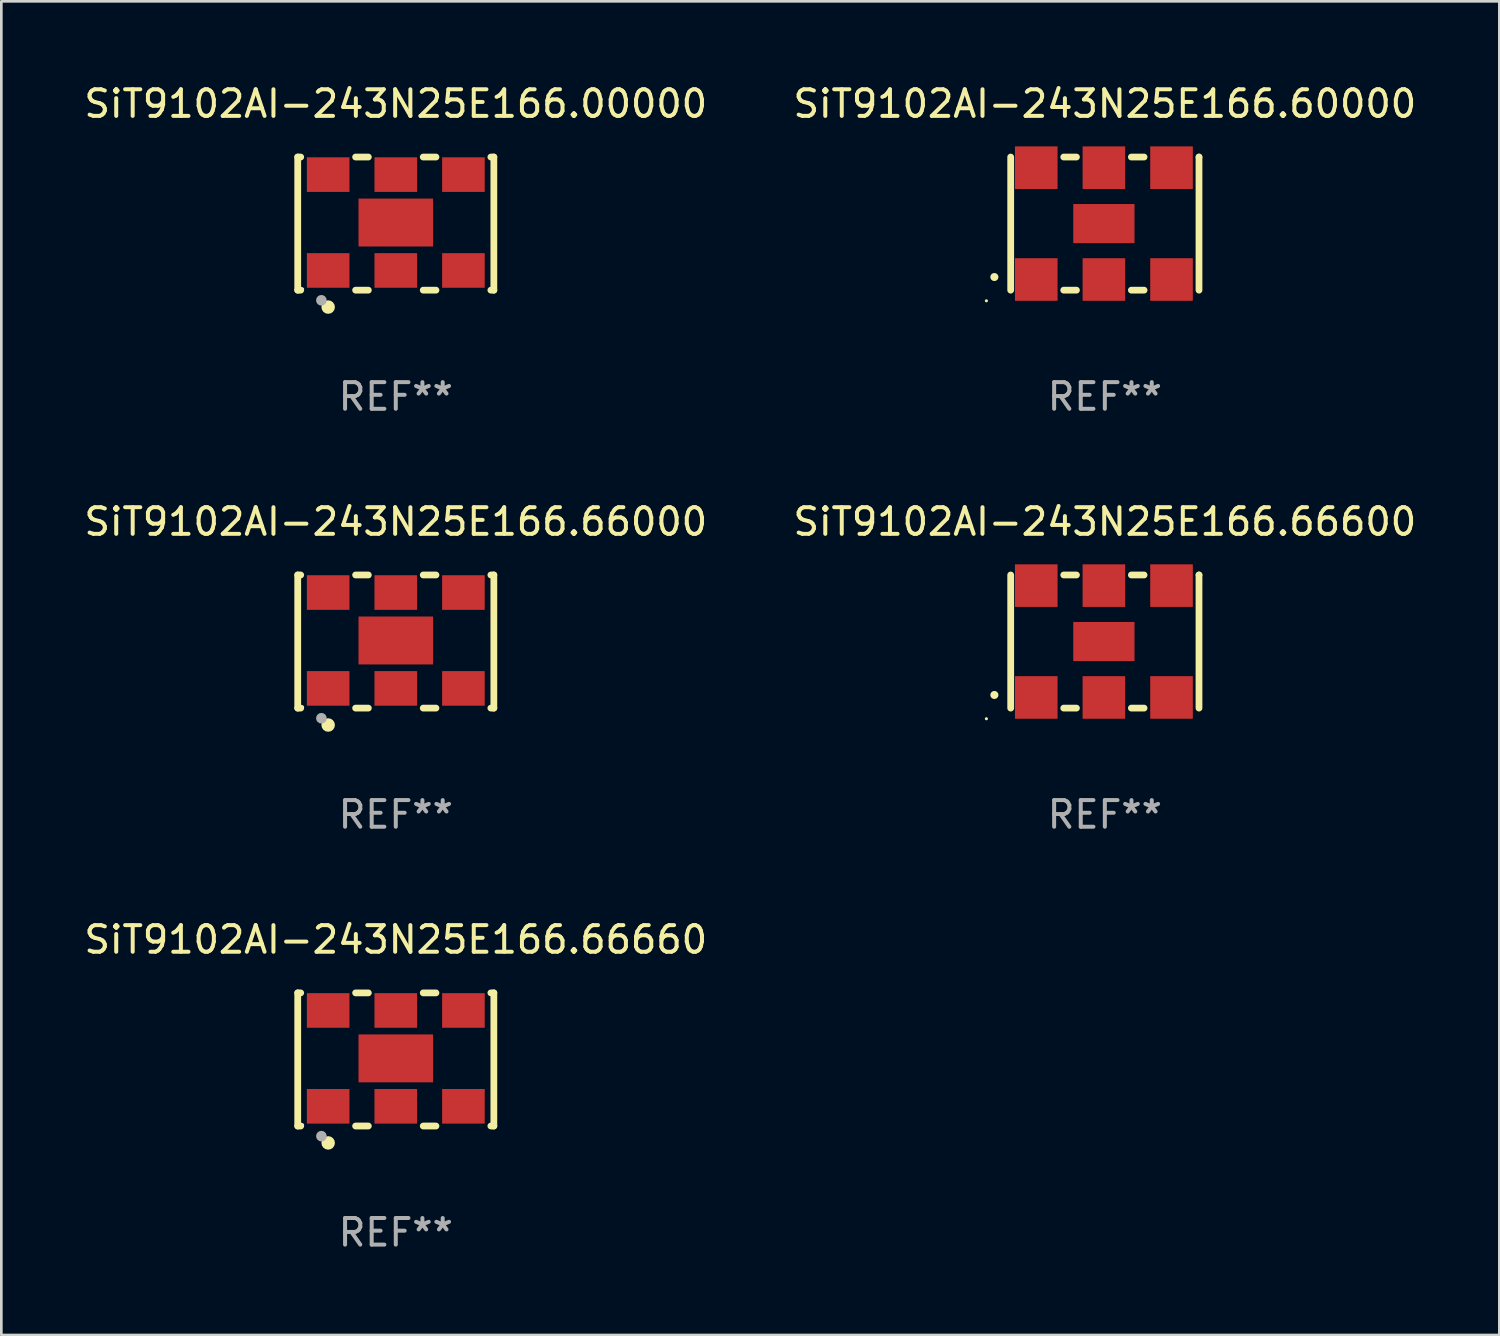
<source format=kicad_pcb>
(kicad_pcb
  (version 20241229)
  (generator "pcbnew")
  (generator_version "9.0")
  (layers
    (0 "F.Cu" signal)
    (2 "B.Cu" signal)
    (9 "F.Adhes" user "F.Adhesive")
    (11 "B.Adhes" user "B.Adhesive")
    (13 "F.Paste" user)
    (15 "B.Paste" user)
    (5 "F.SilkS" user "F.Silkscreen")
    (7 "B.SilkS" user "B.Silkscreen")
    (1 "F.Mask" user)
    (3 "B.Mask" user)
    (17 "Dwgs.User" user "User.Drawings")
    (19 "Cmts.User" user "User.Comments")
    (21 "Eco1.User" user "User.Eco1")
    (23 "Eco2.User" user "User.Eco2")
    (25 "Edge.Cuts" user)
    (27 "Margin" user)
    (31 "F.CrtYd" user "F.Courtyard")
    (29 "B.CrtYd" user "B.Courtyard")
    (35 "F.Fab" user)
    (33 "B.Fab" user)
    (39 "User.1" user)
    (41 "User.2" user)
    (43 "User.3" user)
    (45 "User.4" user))
  (footprint "SiT9102AI-243N25E166.66660"
    (layer "F.Cu")
    (at 11.815 36.741)
    (property "Reference" "SiT9102AI-243N25E166.66660" (at 0 -4.5 0) (layer "F.SilkS") (effects (font (size 1 1) (thickness 0.15))))
    (attr through_hole)
    (fp_line (start -3.683 -2.5) (end -3.571 -2.5) (stroke (width 0.254) (type solid)) (layer "F.SilkS"))
    (fp_line (start -3.683 2.5) (end -3.683 -2.5) (stroke (width 0.254) (type solid)) (layer "F.SilkS"))
    (fp_line (start -3.683 2.5) (end -3.571 2.5) (stroke (width 0.254) (type solid)) (layer "F.SilkS"))
    (fp_line (start -1.509 -2.5) (end -1.031 -2.5) (stroke (width 0.254) (type solid)) (layer "F.SilkS"))
    (fp_line (start -1.509 2.5) (end -1.031 2.5) (stroke (width 0.254) (type solid)) (layer "F.SilkS"))
    (fp_line (start 1.031 -2.5) (end 1.509 -2.5) (stroke (width 0.254) (type solid)) (layer "F.SilkS"))
    (fp_line (start 1.031 2.5) (end 1.509 2.5) (stroke (width 0.254) (type solid)) (layer "F.SilkS"))
    (fp_line (start 3.571 -2.5) (end 3.683 -2.5) (stroke (width 0.254) (type solid)) (layer "F.SilkS"))
    (fp_line (start 3.571 2.5) (end 3.683 2.5) (stroke (width 0.254) (type solid)) (layer "F.SilkS"))
    (fp_line (start 3.683 2.5) (end 3.683 -2.5) (stroke (width 0.254) (type solid)) (layer "F.SilkS"))
    (fp_circle (center -3.5 2.46) (end -3.47 2.46) (stroke (width 0.06) (type solid)) (fill no) (layer "F.SilkS"))
    (fp_circle (center -2.54 3.135) (end -2.413 3.135) (stroke (width 0.254) (type solid)) (fill no) (layer "F.SilkS"))
    (fp_circle (center -2.794 2.881) (end -2.694 2.881) (stroke (width 0.2) (type solid)) (fill no) (layer "F.Fab"))
    (fp_text user "REF**" (at 0 6.5 0) (layer "F.Fab") (effects (font (size 1 1) (thickness 0.15))))
    (pad "1" smd rect (at -2.54 1.76) (size 1.6 1.3) (layers "F.Cu" "F.Mask" "F.Paste"))
    (pad "2" smd rect (at 0 1.76) (size 1.6 1.3) (layers "F.Cu" "F.Mask" "F.Paste"))
    (pad "3" smd rect (at 2.54 1.76) (size 1.6 1.3) (layers "F.Cu" "F.Mask" "F.Paste"))
    (pad "4" smd rect (at 2.54 -1.84) (size 1.6 1.3) (layers "F.Cu" "F.Mask" "F.Paste"))
    (pad "5" smd rect (at 0 -1.84) (size 1.6 1.3) (layers "F.Cu" "F.Mask" "F.Paste"))
    (pad "6" smd rect (at -2.54 -1.84) (size 1.6 1.3) (layers "F.Cu" "F.Mask" "F.Paste"))
    (pad "7" smd rect (at 0 -0.04) (size 2.8 1.8) (layers "F.Cu" "F.Mask" "F.Paste")))
  (footprint "SiT9102AI-243N25E166.66000"
    (layer "F.Cu")
    (at 11.815 21.045)
    (property "Reference" "SiT9102AI-243N25E166.66000" (at 0 -4.5 0) (layer "F.SilkS") (effects (font (size 1 1) (thickness 0.15))))
    (attr through_hole)
    (fp_line (start -3.683 -2.5) (end -3.571 -2.5) (stroke (width 0.254) (type solid)) (layer "F.SilkS"))
    (fp_line (start -3.683 2.5) (end -3.683 -2.5) (stroke (width 0.254) (type solid)) (layer "F.SilkS"))
    (fp_line (start -3.683 2.5) (end -3.571 2.5) (stroke (width 0.254) (type solid)) (layer "F.SilkS"))
    (fp_line (start -1.509 -2.5) (end -1.031 -2.5) (stroke (width 0.254) (type solid)) (layer "F.SilkS"))
    (fp_line (start -1.509 2.5) (end -1.031 2.5) (stroke (width 0.254) (type solid)) (layer "F.SilkS"))
    (fp_line (start 1.031 -2.5) (end 1.509 -2.5) (stroke (width 0.254) (type solid)) (layer "F.SilkS"))
    (fp_line (start 1.031 2.5) (end 1.509 2.5) (stroke (width 0.254) (type solid)) (layer "F.SilkS"))
    (fp_line (start 3.571 -2.5) (end 3.683 -2.5) (stroke (width 0.254) (type solid)) (layer "F.SilkS"))
    (fp_line (start 3.571 2.5) (end 3.683 2.5) (stroke (width 0.254) (type solid)) (layer "F.SilkS"))
    (fp_line (start 3.683 2.5) (end 3.683 -2.5) (stroke (width 0.254) (type solid)) (layer "F.SilkS"))
    (fp_circle (center -3.5 2.46) (end -3.47 2.46) (stroke (width 0.06) (type solid)) (fill no) (layer "F.SilkS"))
    (fp_circle (center -2.54 3.135) (end -2.413 3.135) (stroke (width 0.254) (type solid)) (fill no) (layer "F.SilkS"))
    (fp_circle (center -2.794 2.881) (end -2.694 2.881) (stroke (width 0.2) (type solid)) (fill no) (layer "F.Fab"))
    (fp_text user "REF**" (at 0 6.5 0) (layer "F.Fab") (effects (font (size 1 1) (thickness 0.15))))
    (pad "1" smd rect (at -2.54 1.76) (size 1.6 1.3) (layers "F.Cu" "F.Mask" "F.Paste"))
    (pad "2" smd rect (at 0 1.76) (size 1.6 1.3) (layers "F.Cu" "F.Mask" "F.Paste"))
    (pad "3" smd rect (at 2.54 1.76) (size 1.6 1.3) (layers "F.Cu" "F.Mask" "F.Paste"))
    (pad "4" smd rect (at 2.54 -1.84) (size 1.6 1.3) (layers "F.Cu" "F.Mask" "F.Paste"))
    (pad "5" smd rect (at 0 -1.84) (size 1.6 1.3) (layers "F.Cu" "F.Mask" "F.Paste"))
    (pad "6" smd rect (at -2.54 -1.84) (size 1.6 1.3) (layers "F.Cu" "F.Mask" "F.Paste"))
    (pad "7" smd rect (at 0 -0.04) (size 2.8 1.8) (layers "F.Cu" "F.Mask" "F.Paste")))
  (footprint "SiT9102AI-243N25E166.00000"
    (layer "F.Cu")
    (at 11.815 5.348)
    (property "Reference" "SiT9102AI-243N25E166.00000" (at 0 -4.5 0) (layer "F.SilkS") (effects (font (size 1 1) (thickness 0.15))))
    (attr through_hole)
    (fp_line (start -3.683 -2.5) (end -3.571 -2.5) (stroke (width 0.254) (type solid)) (layer "F.SilkS"))
    (fp_line (start -3.683 2.5) (end -3.683 -2.5) (stroke (width 0.254) (type solid)) (layer "F.SilkS"))
    (fp_line (start -3.683 2.5) (end -3.571 2.5) (stroke (width 0.254) (type solid)) (layer "F.SilkS"))
    (fp_line (start -1.509 -2.5) (end -1.031 -2.5) (stroke (width 0.254) (type solid)) (layer "F.SilkS"))
    (fp_line (start -1.509 2.5) (end -1.031 2.5) (stroke (width 0.254) (type solid)) (layer "F.SilkS"))
    (fp_line (start 1.031 -2.5) (end 1.509 -2.5) (stroke (width 0.254) (type solid)) (layer "F.SilkS"))
    (fp_line (start 1.031 2.5) (end 1.509 2.5) (stroke (width 0.254) (type solid)) (layer "F.SilkS"))
    (fp_line (start 3.571 -2.5) (end 3.683 -2.5) (stroke (width 0.254) (type solid)) (layer "F.SilkS"))
    (fp_line (start 3.571 2.5) (end 3.683 2.5) (stroke (width 0.254) (type solid)) (layer "F.SilkS"))
    (fp_line (start 3.683 2.5) (end 3.683 -2.5) (stroke (width 0.254) (type solid)) (layer "F.SilkS"))
    (fp_circle (center -3.5 2.46) (end -3.47 2.46) (stroke (width 0.06) (type solid)) (fill no) (layer "F.SilkS"))
    (fp_circle (center -2.54 3.135) (end -2.413 3.135) (stroke (width 0.254) (type solid)) (fill no) (layer "F.SilkS"))
    (fp_circle (center -2.794 2.881) (end -2.694 2.881) (stroke (width 0.2) (type solid)) (fill no) (layer "F.Fab"))
    (fp_text user "REF**" (at 0 6.5 0) (layer "F.Fab") (effects (font (size 1 1) (thickness 0.15))))
    (pad "1" smd rect (at -2.54 1.76) (size 1.6 1.3) (layers "F.Cu" "F.Mask" "F.Paste"))
    (pad "2" smd rect (at 0 1.76) (size 1.6 1.3) (layers "F.Cu" "F.Mask" "F.Paste"))
    (pad "3" smd rect (at 2.54 1.76) (size 1.6 1.3) (layers "F.Cu" "F.Mask" "F.Paste"))
    (pad "4" smd rect (at 2.54 -1.84) (size 1.6 1.3) (layers "F.Cu" "F.Mask" "F.Paste"))
    (pad "5" smd rect (at 0 -1.84) (size 1.6 1.3) (layers "F.Cu" "F.Mask" "F.Paste"))
    (pad "6" smd rect (at -2.54 -1.84) (size 1.6 1.3) (layers "F.Cu" "F.Mask" "F.Paste"))
    (pad "7" smd rect (at 0 -0.04) (size 2.8 1.8) (layers "F.Cu" "F.Mask" "F.Paste")))
  (footprint "SiT9102AI-243N25E166.66600"
    (layer "F.Cu")
    (at 38.446 21.045)
    (property "Reference" "SiT9102AI-243N25E166.66600" (at 0 -4.5 0) (layer "F.SilkS") (effects (font (size 1 1) (thickness 0.15))))
    (attr through_hole)
    (fp_line (start -3.536 -2.5) (end -3.536 2.5) (stroke (width 0.254) (type solid)) (layer "F.SilkS"))
    (fp_line (start -1.544 2.5) (end -1.067 2.5) (stroke (width 0.254) (type solid)) (layer "F.SilkS"))
    (fp_line (start -1.067 -2.5) (end -1.544 -2.5) (stroke (width 0.254) (type solid)) (layer "F.SilkS"))
    (fp_line (start 0.996 2.5) (end 1.473 2.5) (stroke (width 0.254) (type solid)) (layer "F.SilkS"))
    (fp_line (start 1.473 -2.5) (end 0.996 -2.5) (stroke (width 0.254) (type solid)) (layer "F.SilkS"))
    (fp_line (start 3.536 -2.5) (end 3.536 -2.5) (stroke (width 0.254) (type solid)) (layer "F.SilkS"))
    (fp_line (start 3.536 2.5) (end 3.536 -2.5) (stroke (width 0.254) (type solid)) (layer "F.SilkS"))
    (fp_arc (start -4.150432 2.006604) (mid -4.149162 2.006599) (end -4.147892 2.006604) (stroke (width 0.3) (type solid)) (layer "F.SilkS"))
    (fp_circle (center -4.449 2.9) (end -4.419 2.9) (stroke (width 0.06) (type solid)) (fill no) (layer "F.SilkS"))
    (fp_text user "REF**" (at 0 6.5 0) (layer "F.Fab") (effects (font (size 1 1) (thickness 0.15))))
    (pad "1" smd rect (at -2.576 2.1) (size 1.6 1.6) (layers "F.Cu" "F.Mask" "F.Paste"))
    (pad "2" smd rect (at -0.036 2.1) (size 1.6 1.6) (layers "F.Cu" "F.Mask" "F.Paste"))
    (pad "3" smd rect (at 2.504 2.1) (size 1.6 1.6) (layers "F.Cu" "F.Mask" "F.Paste"))
    (pad "4" smd rect (at 2.504 -2.1) (size 1.6 1.6) (layers "F.Cu" "F.Mask" "F.Paste"))
    (pad "5" smd rect (at -0.036 -2.1) (size 1.6 1.6) (layers "F.Cu" "F.Mask" "F.Paste"))
    (pad "6" smd rect (at -2.576 -2.1) (size 1.6 1.6) (layers "F.Cu" "F.Mask" "F.Paste"))
    (pad "7" smd rect (at -0.036 0) (size 2.3 1.47) (layers "F.Cu" "F.Mask" "F.Paste")))
  (footprint "SiT9102AI-243N25E166.60000"
    (layer "F.Cu")
    (at 38.446 5.348)
    (property "Reference" "SiT9102AI-243N25E166.60000" (at 0 -4.5 0) (layer "F.SilkS") (effects (font (size 1 1) (thickness 0.15))))
    (attr through_hole)
    (fp_line (start -3.536 -2.5) (end -3.536 2.5) (stroke (width 0.254) (type solid)) (layer "F.SilkS"))
    (fp_line (start -1.544 2.5) (end -1.067 2.5) (stroke (width 0.254) (type solid)) (layer "F.SilkS"))
    (fp_line (start -1.067 -2.5) (end -1.544 -2.5) (stroke (width 0.254) (type solid)) (layer "F.SilkS"))
    (fp_line (start 0.996 2.5) (end 1.473 2.5) (stroke (width 0.254) (type solid)) (layer "F.SilkS"))
    (fp_line (start 1.473 -2.5) (end 0.996 -2.5) (stroke (width 0.254) (type solid)) (layer "F.SilkS"))
    (fp_line (start 3.536 -2.5) (end 3.536 -2.5) (stroke (width 0.254) (type solid)) (layer "F.SilkS"))
    (fp_line (start 3.536 2.5) (end 3.536 -2.5) (stroke (width 0.254) (type solid)) (layer "F.SilkS"))
    (fp_arc (start -4.150432 2.006604) (mid -4.149162 2.006599) (end -4.147892 2.006604) (stroke (width 0.3) (type solid)) (layer "F.SilkS"))
    (fp_circle (center -4.449 2.9) (end -4.419 2.9) (stroke (width 0.06) (type solid)) (fill no) (layer "F.SilkS"))
    (fp_text user "REF**" (at 0 6.5 0) (layer "F.Fab") (effects (font (size 1 1) (thickness 0.15))))
    (pad "1" smd rect (at -2.576 2.1) (size 1.6 1.6) (layers "F.Cu" "F.Mask" "F.Paste"))
    (pad "2" smd rect (at -0.036 2.1) (size 1.6 1.6) (layers "F.Cu" "F.Mask" "F.Paste"))
    (pad "3" smd rect (at 2.504 2.1) (size 1.6 1.6) (layers "F.Cu" "F.Mask" "F.Paste"))
    (pad "4" smd rect (at 2.504 -2.1) (size 1.6 1.6) (layers "F.Cu" "F.Mask" "F.Paste"))
    (pad "5" smd rect (at -0.036 -2.1) (size 1.6 1.6) (layers "F.Cu" "F.Mask" "F.Paste"))
    (pad "6" smd rect (at -2.576 -2.1) (size 1.6 1.6) (layers "F.Cu" "F.Mask" "F.Paste"))
    (pad "7" smd rect (at -0.036 0) (size 2.3 1.47) (layers "F.Cu" "F.Mask" "F.Paste")))
  (gr_rect
    (start -3 -3)
    (end 53.262 47.09)
    (stroke (width 0.1) (type default))
    (fill no)
    (layer "Edge.Cuts")))
</source>
